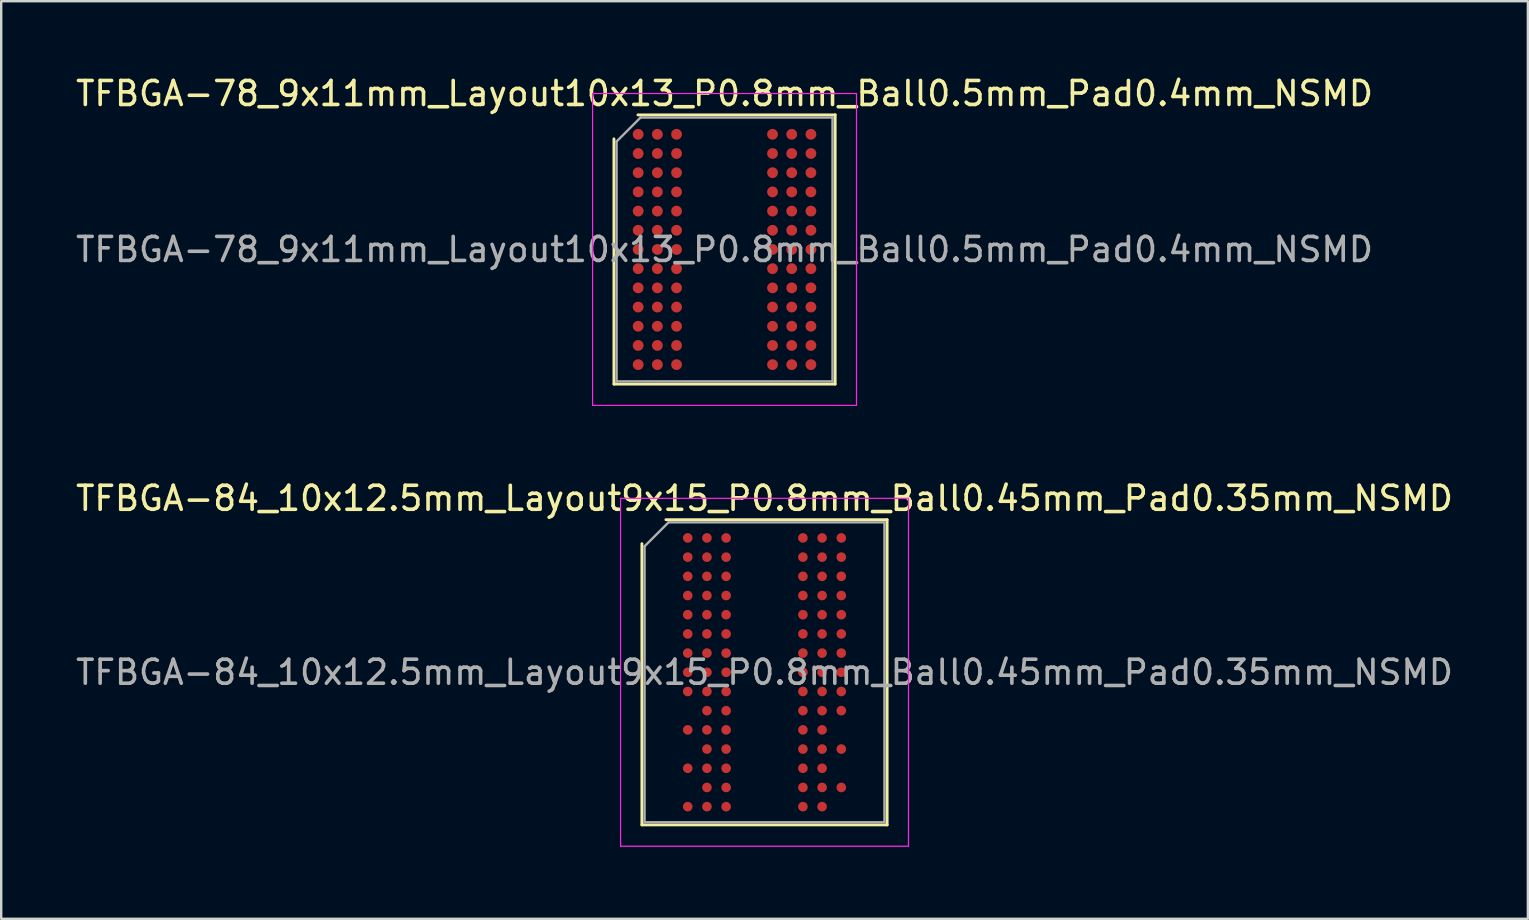
<source format=kicad_pcb>
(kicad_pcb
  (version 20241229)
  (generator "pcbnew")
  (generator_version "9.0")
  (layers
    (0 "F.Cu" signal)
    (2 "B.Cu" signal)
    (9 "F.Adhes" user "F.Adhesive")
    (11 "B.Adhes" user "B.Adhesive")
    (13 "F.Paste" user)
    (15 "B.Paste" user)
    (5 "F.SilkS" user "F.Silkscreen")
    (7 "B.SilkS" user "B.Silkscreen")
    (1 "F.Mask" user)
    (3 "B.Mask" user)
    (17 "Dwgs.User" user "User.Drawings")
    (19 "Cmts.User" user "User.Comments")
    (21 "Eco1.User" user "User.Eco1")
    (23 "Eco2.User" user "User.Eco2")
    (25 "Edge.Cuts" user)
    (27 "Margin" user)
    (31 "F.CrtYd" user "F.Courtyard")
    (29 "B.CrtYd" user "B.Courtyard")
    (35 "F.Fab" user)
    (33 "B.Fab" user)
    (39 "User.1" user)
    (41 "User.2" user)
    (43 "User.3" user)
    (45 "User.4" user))
  (footprint "TFBGA-78_9x11mm_Layout10x13_P0.8mm_Ball0.5mm_Pad0.4mm_NSMD"
    (layer "F.Cu")
    (at 27.149 7.348)
    (property "Reference" "TFBGA-78_9x11mm_Layout10x13_P0.8mm_Ball0.5mm_Pad0.4mm_NSMD" (at 0 -6.5 0) (layer "F.SilkS") (effects (font (size 1 1) (thickness 0.15))))
    (attr smd)
    (fp_line (start -4.61 5.61) (end -4.61 -4.61) (stroke (width 0.12) (type solid)) (layer "F.SilkS"))
    (fp_line (start -3.61 -5.61) (end 4.61 -5.61) (stroke (width 0.12) (type solid)) (layer "F.SilkS"))
    (fp_line (start 4.61 -5.61) (end 4.61 5.61) (stroke (width 0.12) (type solid)) (layer "F.SilkS"))
    (fp_line (start 4.61 5.61) (end -4.61 5.61) (stroke (width 0.12) (type solid)) (layer "F.SilkS"))
    (fp_line (start -5.5 -6.5) (end -5.5 6.5) (stroke (width 0.05) (type solid)) (layer "F.CrtYd"))
    (fp_line (start -5.5 6.5) (end 5.5 6.5) (stroke (width 0.05) (type solid)) (layer "F.CrtYd"))
    (fp_line (start 5.5 -6.5) (end -5.5 -6.5) (stroke (width 0.05) (type solid)) (layer "F.CrtYd"))
    (fp_line (start 5.5 6.5) (end 5.5 -6.5) (stroke (width 0.05) (type solid)) (layer "F.CrtYd"))
    (fp_line (start -4.5 -4.5) (end -3.5 -5.5) (stroke (width 0.1) (type solid)) (layer "F.Fab"))
    (fp_line (start -4.5 5.5) (end -4.5 -4.5) (stroke (width 0.1) (type solid)) (layer "F.Fab"))
    (fp_line (start -3.5 -5.5) (end 4.5 -5.5) (stroke (width 0.1) (type solid)) (layer "F.Fab"))
    (fp_line (start 4.5 -5.5) (end 4.5 5.5) (stroke (width 0.1) (type solid)) (layer "F.Fab"))
    (fp_line (start 4.5 5.5) (end -4.5 5.5) (stroke (width 0.1) (type solid)) (layer "F.Fab"))
    (fp_text user "${REFERENCE}" (at 0 0 0) (layer "F.Fab") (effects (font (size 1 1) (thickness 0.15))))
    (pad "A1" smd circle (at -3.6 -4.8) (size 0.45 0.45) (layers "F.Cu" "F.Mask" "F.Paste"))
    (pad "A2" smd circle (at -2.8 -4.8) (size 0.45 0.45) (layers "F.Cu" "F.Mask" "F.Paste"))
    (pad "A3" smd circle (at -2 -4.8) (size 0.45 0.45) (layers "F.Cu" "F.Mask" "F.Paste"))
    (pad "A8" smd circle (at 2 -4.8) (size 0.45 0.45) (layers "F.Cu" "F.Mask" "F.Paste"))
    (pad "A9" smd circle (at 2.8 -4.8) (size 0.45 0.45) (layers "F.Cu" "F.Mask" "F.Paste"))
    (pad "A10" smd circle (at 3.6 -4.8) (size 0.45 0.45) (layers "F.Cu" "F.Mask" "F.Paste"))
    (pad "B1" smd circle (at -3.6 -4) (size 0.45 0.45) (layers "F.Cu" "F.Mask" "F.Paste"))
    (pad "B2" smd circle (at -2.8 -4) (size 0.45 0.45) (layers "F.Cu" "F.Mask" "F.Paste"))
    (pad "B3" smd circle (at -2 -4) (size 0.45 0.45) (layers "F.Cu" "F.Mask" "F.Paste"))
    (pad "B8" smd circle (at 2 -4) (size 0.45 0.45) (layers "F.Cu" "F.Mask" "F.Paste"))
    (pad "B9" smd circle (at 2.8 -4) (size 0.45 0.45) (layers "F.Cu" "F.Mask" "F.Paste"))
    (pad "B10" smd circle (at 3.6 -4) (size 0.45 0.45) (layers "F.Cu" "F.Mask" "F.Paste"))
    (pad "C1" smd circle (at -3.6 -3.2) (size 0.45 0.45) (layers "F.Cu" "F.Mask" "F.Paste"))
    (pad "C2" smd circle (at -2.8 -3.2) (size 0.45 0.45) (layers "F.Cu" "F.Mask" "F.Paste"))
    (pad "C3" smd circle (at -2 -3.2) (size 0.45 0.45) (layers "F.Cu" "F.Mask" "F.Paste"))
    (pad "C8" smd circle (at 2 -3.2) (size 0.45 0.45) (layers "F.Cu" "F.Mask" "F.Paste"))
    (pad "C9" smd circle (at 2.8 -3.2) (size 0.45 0.45) (layers "F.Cu" "F.Mask" "F.Paste"))
    (pad "C10" smd circle (at 3.6 -3.2) (size 0.45 0.45) (layers "F.Cu" "F.Mask" "F.Paste"))
    (pad "D1" smd circle (at -3.6 -2.4) (size 0.45 0.45) (layers "F.Cu" "F.Mask" "F.Paste"))
    (pad "D2" smd circle (at -2.8 -2.4) (size 0.45 0.45) (layers "F.Cu" "F.Mask" "F.Paste"))
    (pad "D3" smd circle (at -2 -2.4) (size 0.45 0.45) (layers "F.Cu" "F.Mask" "F.Paste"))
    (pad "D8" smd circle (at 2 -2.4) (size 0.45 0.45) (layers "F.Cu" "F.Mask" "F.Paste"))
    (pad "D9" smd circle (at 2.8 -2.4) (size 0.45 0.45) (layers "F.Cu" "F.Mask" "F.Paste"))
    (pad "D10" smd circle (at 3.6 -2.4) (size 0.45 0.45) (layers "F.Cu" "F.Mask" "F.Paste"))
    (pad "E1" smd circle (at -3.6 -1.6) (size 0.45 0.45) (layers "F.Cu" "F.Mask" "F.Paste"))
    (pad "E2" smd circle (at -2.8 -1.6) (size 0.45 0.45) (layers "F.Cu" "F.Mask" "F.Paste"))
    (pad "E3" smd circle (at -2 -1.6) (size 0.45 0.45) (layers "F.Cu" "F.Mask" "F.Paste"))
    (pad "E8" smd circle (at 2 -1.6) (size 0.45 0.45) (layers "F.Cu" "F.Mask" "F.Paste"))
    (pad "E9" smd circle (at 2.8 -1.6) (size 0.45 0.45) (layers "F.Cu" "F.Mask" "F.Paste"))
    (pad "E10" smd circle (at 3.6 -1.6) (size 0.45 0.45) (layers "F.Cu" "F.Mask" "F.Paste"))
    (pad "F1" smd circle (at -3.6 -0.8) (size 0.45 0.45) (layers "F.Cu" "F.Mask" "F.Paste"))
    (pad "F2" smd circle (at -2.8 -0.8) (size 0.45 0.45) (layers "F.Cu" "F.Mask" "F.Paste"))
    (pad "F3" smd circle (at -2 -0.8) (size 0.45 0.45) (layers "F.Cu" "F.Mask" "F.Paste"))
    (pad "F8" smd circle (at 2 -0.8) (size 0.45 0.45) (layers "F.Cu" "F.Mask" "F.Paste"))
    (pad "F9" smd circle (at 2.8 -0.8) (size 0.45 0.45) (layers "F.Cu" "F.Mask" "F.Paste"))
    (pad "F10" smd circle (at 3.6 -0.8) (size 0.45 0.45) (layers "F.Cu" "F.Mask" "F.Paste"))
    (pad "G1" smd circle (at -3.6 0) (size 0.45 0.45) (layers "F.Cu" "F.Mask" "F.Paste"))
    (pad "G2" smd circle (at -2.8 0) (size 0.45 0.45) (layers "F.Cu" "F.Mask" "F.Paste"))
    (pad "G3" smd circle (at -2 0) (size 0.45 0.45) (layers "F.Cu" "F.Mask" "F.Paste"))
    (pad "G8" smd circle (at 2 0) (size 0.45 0.45) (layers "F.Cu" "F.Mask" "F.Paste"))
    (pad "G9" smd circle (at 2.8 0) (size 0.45 0.45) (layers "F.Cu" "F.Mask" "F.Paste"))
    (pad "G10" smd circle (at 3.6 0) (size 0.45 0.45) (layers "F.Cu" "F.Mask" "F.Paste"))
    (pad "H1" smd circle (at -3.6 0.8) (size 0.45 0.45) (layers "F.Cu" "F.Mask" "F.Paste"))
    (pad "H2" smd circle (at -2.8 0.8) (size 0.45 0.45) (layers "F.Cu" "F.Mask" "F.Paste"))
    (pad "H3" smd circle (at -2 0.8) (size 0.45 0.45) (layers "F.Cu" "F.Mask" "F.Paste"))
    (pad "H8" smd circle (at 2 0.8) (size 0.45 0.45) (layers "F.Cu" "F.Mask" "F.Paste"))
    (pad "H9" smd circle (at 2.8 0.8) (size 0.45 0.45) (layers "F.Cu" "F.Mask" "F.Paste"))
    (pad "H10" smd circle (at 3.6 0.8) (size 0.45 0.45) (layers "F.Cu" "F.Mask" "F.Paste"))
    (pad "J1" smd circle (at -3.6 1.6) (size 0.45 0.45) (layers "F.Cu" "F.Mask" "F.Paste"))
    (pad "J2" smd circle (at -2.8 1.6) (size 0.45 0.45) (layers "F.Cu" "F.Mask" "F.Paste"))
    (pad "J3" smd circle (at -2 1.6) (size 0.45 0.45) (layers "F.Cu" "F.Mask" "F.Paste"))
    (pad "J8" smd circle (at 2 1.6) (size 0.45 0.45) (layers "F.Cu" "F.Mask" "F.Paste"))
    (pad "J9" smd circle (at 2.8 1.6) (size 0.45 0.45) (layers "F.Cu" "F.Mask" "F.Paste"))
    (pad "J10" smd circle (at 3.6 1.6) (size 0.45 0.45) (layers "F.Cu" "F.Mask" "F.Paste"))
    (pad "K1" smd circle (at -3.6 2.4) (size 0.45 0.45) (layers "F.Cu" "F.Mask" "F.Paste"))
    (pad "K2" smd circle (at -2.8 2.4) (size 0.45 0.45) (layers "F.Cu" "F.Mask" "F.Paste"))
    (pad "K3" smd circle (at -2 2.4) (size 0.45 0.45) (layers "F.Cu" "F.Mask" "F.Paste"))
    (pad "K8" smd circle (at 2 2.4) (size 0.45 0.45) (layers "F.Cu" "F.Mask" "F.Paste"))
    (pad "K9" smd circle (at 2.8 2.4) (size 0.45 0.45) (layers "F.Cu" "F.Mask" "F.Paste"))
    (pad "K10" smd circle (at 3.6 2.4) (size 0.45 0.45) (layers "F.Cu" "F.Mask" "F.Paste"))
    (pad "L1" smd circle (at -3.6 3.2) (size 0.45 0.45) (layers "F.Cu" "F.Mask" "F.Paste"))
    (pad "L2" smd circle (at -2.8 3.2) (size 0.45 0.45) (layers "F.Cu" "F.Mask" "F.Paste"))
    (pad "L3" smd circle (at -2 3.2) (size 0.45 0.45) (layers "F.Cu" "F.Mask" "F.Paste"))
    (pad "L8" smd circle (at 2 3.2) (size 0.45 0.45) (layers "F.Cu" "F.Mask" "F.Paste"))
    (pad "L9" smd circle (at 2.8 3.2) (size 0.45 0.45) (layers "F.Cu" "F.Mask" "F.Paste"))
    (pad "L10" smd circle (at 3.6 3.2) (size 0.45 0.45) (layers "F.Cu" "F.Mask" "F.Paste"))
    (pad "M1" smd circle (at -3.6 4) (size 0.45 0.45) (layers "F.Cu" "F.Mask" "F.Paste"))
    (pad "M2" smd circle (at -2.8 4) (size 0.45 0.45) (layers "F.Cu" "F.Mask" "F.Paste"))
    (pad "M3" smd circle (at -2 4) (size 0.45 0.45) (layers "F.Cu" "F.Mask" "F.Paste"))
    (pad "M8" smd circle (at 2 4) (size 0.45 0.45) (layers "F.Cu" "F.Mask" "F.Paste"))
    (pad "M9" smd circle (at 2.8 4) (size 0.45 0.45) (layers "F.Cu" "F.Mask" "F.Paste"))
    (pad "M10" smd circle (at 3.6 4) (size 0.45 0.45) (layers "F.Cu" "F.Mask" "F.Paste"))
    (pad "N1" smd circle (at -3.6 4.8) (size 0.45 0.45) (layers "F.Cu" "F.Mask" "F.Paste"))
    (pad "N2" smd circle (at -2.8 4.8) (size 0.45 0.45) (layers "F.Cu" "F.Mask" "F.Paste"))
    (pad "N3" smd circle (at -2 4.8) (size 0.45 0.45) (layers "F.Cu" "F.Mask" "F.Paste"))
    (pad "N8" smd circle (at 2 4.8) (size 0.45 0.45) (layers "F.Cu" "F.Mask" "F.Paste"))
    (pad "N9" smd circle (at 2.8 4.8) (size 0.45 0.45) (layers "F.Cu" "F.Mask" "F.Paste"))
    (pad "N10" smd circle (at 3.6 4.8) (size 0.45 0.45) (layers "F.Cu" "F.Mask" "F.Paste")))
  (footprint "TFBGA-84_10x12.5mm_Layout9x15_P0.8mm_Ball0.45mm_Pad0.35mm_NSMD"
    (layer "F.Cu")
    (at 28.815 24.971)
    (property "Reference" "TFBGA-84_10x12.5mm_Layout9x15_P0.8mm_Ball0.45mm_Pad0.35mm_NSMD" (at 0 -7.25 0) (layer "F.SilkS") (effects (font (size 1 1) (thickness 0.15))))
    (attr smd)
    (fp_line (start -5.11 6.36) (end -5.11 -5.36) (stroke (width 0.12) (type solid)) (layer "F.SilkS"))
    (fp_line (start -4.11 -6.36) (end 5.11 -6.36) (stroke (width 0.12) (type solid)) (layer "F.SilkS"))
    (fp_line (start 5.11 -6.36) (end 5.11 6.36) (stroke (width 0.12) (type solid)) (layer "F.SilkS"))
    (fp_line (start 5.11 6.36) (end -5.11 6.36) (stroke (width 0.12) (type solid)) (layer "F.SilkS"))
    (fp_line (start -6 -7.25) (end -6 7.25) (stroke (width 0.05) (type solid)) (layer "F.CrtYd"))
    (fp_line (start -6 7.25) (end 6 7.25) (stroke (width 0.05) (type solid)) (layer "F.CrtYd"))
    (fp_line (start 6 -7.25) (end -6 -7.25) (stroke (width 0.05) (type solid)) (layer "F.CrtYd"))
    (fp_line (start 6 7.25) (end 6 -7.25) (stroke (width 0.05) (type solid)) (layer "F.CrtYd"))
    (fp_line (start -5 -5.25) (end -4 -6.25) (stroke (width 0.1) (type solid)) (layer "F.Fab"))
    (fp_line (start -5 6.25) (end -5 -5.25) (stroke (width 0.1) (type solid)) (layer "F.Fab"))
    (fp_line (start -4 -6.25) (end 5 -6.25) (stroke (width 0.1) (type solid)) (layer "F.Fab"))
    (fp_line (start 5 -6.25) (end 5 6.25) (stroke (width 0.1) (type solid)) (layer "F.Fab"))
    (fp_line (start 5 6.25) (end -5 6.25) (stroke (width 0.1) (type solid)) (layer "F.Fab"))
    (fp_text user "${REFERENCE}" (at 0 0 0) (layer "F.Fab") (effects (font (size 1 1) (thickness 0.15))))
    (pad "A1" smd circle (at -3.2 -5.6) (size 0.4 0.4) (layers "F.Cu" "F.Mask" "F.Paste"))
    (pad "A2" smd circle (at -2.4 -5.6) (size 0.4 0.4) (layers "F.Cu" "F.Mask" "F.Paste"))
    (pad "A3" smd circle (at -1.6 -5.6) (size 0.4 0.4) (layers "F.Cu" "F.Mask" "F.Paste"))
    (pad "A7" smd circle (at 1.6 -5.6) (size 0.4 0.4) (layers "F.Cu" "F.Mask" "F.Paste"))
    (pad "A8" smd circle (at 2.4 -5.6) (size 0.4 0.4) (layers "F.Cu" "F.Mask" "F.Paste"))
    (pad "A9" smd circle (at 3.2 -5.6) (size 0.4 0.4) (layers "F.Cu" "F.Mask" "F.Paste"))
    (pad "B1" smd circle (at -3.2 -4.8) (size 0.4 0.4) (layers "F.Cu" "F.Mask" "F.Paste"))
    (pad "B2" smd circle (at -2.4 -4.8) (size 0.4 0.4) (layers "F.Cu" "F.Mask" "F.Paste"))
    (pad "B3" smd circle (at -1.6 -4.8) (size 0.4 0.4) (layers "F.Cu" "F.Mask" "F.Paste"))
    (pad "B7" smd circle (at 1.6 -4.8) (size 0.4 0.4) (layers "F.Cu" "F.Mask" "F.Paste"))
    (pad "B8" smd circle (at 2.4 -4.8) (size 0.4 0.4) (layers "F.Cu" "F.Mask" "F.Paste"))
    (pad "B9" smd circle (at 3.2 -4.8) (size 0.4 0.4) (layers "F.Cu" "F.Mask" "F.Paste"))
    (pad "C1" smd circle (at -3.2 -4) (size 0.4 0.4) (layers "F.Cu" "F.Mask" "F.Paste"))
    (pad "C2" smd circle (at -2.4 -4) (size 0.4 0.4) (layers "F.Cu" "F.Mask" "F.Paste"))
    (pad "C3" smd circle (at -1.6 -4) (size 0.4 0.4) (layers "F.Cu" "F.Mask" "F.Paste"))
    (pad "C7" smd circle (at 1.6 -4) (size 0.4 0.4) (layers "F.Cu" "F.Mask" "F.Paste"))
    (pad "C8" smd circle (at 2.4 -4) (size 0.4 0.4) (layers "F.Cu" "F.Mask" "F.Paste"))
    (pad "C9" smd circle (at 3.2 -4) (size 0.4 0.4) (layers "F.Cu" "F.Mask" "F.Paste"))
    (pad "D1" smd circle (at -3.2 -3.2) (size 0.4 0.4) (layers "F.Cu" "F.Mask" "F.Paste"))
    (pad "D2" smd circle (at -2.4 -3.2) (size 0.4 0.4) (layers "F.Cu" "F.Mask" "F.Paste"))
    (pad "D3" smd circle (at -1.6 -3.2) (size 0.4 0.4) (layers "F.Cu" "F.Mask" "F.Paste"))
    (pad "D7" smd circle (at 1.6 -3.2) (size 0.4 0.4) (layers "F.Cu" "F.Mask" "F.Paste"))
    (pad "D8" smd circle (at 2.4 -3.2) (size 0.4 0.4) (layers "F.Cu" "F.Mask" "F.Paste"))
    (pad "D9" smd circle (at 3.2 -3.2) (size 0.4 0.4) (layers "F.Cu" "F.Mask" "F.Paste"))
    (pad "E1" smd circle (at -3.2 -2.4) (size 0.4 0.4) (layers "F.Cu" "F.Mask" "F.Paste"))
    (pad "E2" smd circle (at -2.4 -2.4) (size 0.4 0.4) (layers "F.Cu" "F.Mask" "F.Paste"))
    (pad "E3" smd circle (at -1.6 -2.4) (size 0.4 0.4) (layers "F.Cu" "F.Mask" "F.Paste"))
    (pad "E7" smd circle (at 1.6 -2.4) (size 0.4 0.4) (layers "F.Cu" "F.Mask" "F.Paste"))
    (pad "E8" smd circle (at 2.4 -2.4) (size 0.4 0.4) (layers "F.Cu" "F.Mask" "F.Paste"))
    (pad "E9" smd circle (at 3.2 -2.4) (size 0.4 0.4) (layers "F.Cu" "F.Mask" "F.Paste"))
    (pad "F1" smd circle (at -3.2 -1.6) (size 0.4 0.4) (layers "F.Cu" "F.Mask" "F.Paste"))
    (pad "F2" smd circle (at -2.4 -1.6) (size 0.4 0.4) (layers "F.Cu" "F.Mask" "F.Paste"))
    (pad "F3" smd circle (at -1.6 -1.6) (size 0.4 0.4) (layers "F.Cu" "F.Mask" "F.Paste"))
    (pad "F7" smd circle (at 1.6 -1.6) (size 0.4 0.4) (layers "F.Cu" "F.Mask" "F.Paste"))
    (pad "F8" smd circle (at 2.4 -1.6) (size 0.4 0.4) (layers "F.Cu" "F.Mask" "F.Paste"))
    (pad "F9" smd circle (at 3.2 -1.6) (size 0.4 0.4) (layers "F.Cu" "F.Mask" "F.Paste"))
    (pad "G1" smd circle (at -3.2 -0.8) (size 0.4 0.4) (layers "F.Cu" "F.Mask" "F.Paste"))
    (pad "G2" smd circle (at -2.4 -0.8) (size 0.4 0.4) (layers "F.Cu" "F.Mask" "F.Paste"))
    (pad "G3" smd circle (at -1.6 -0.8) (size 0.4 0.4) (layers "F.Cu" "F.Mask" "F.Paste"))
    (pad "G7" smd circle (at 1.6 -0.8) (size 0.4 0.4) (layers "F.Cu" "F.Mask" "F.Paste"))
    (pad "G8" smd circle (at 2.4 -0.8) (size 0.4 0.4) (layers "F.Cu" "F.Mask" "F.Paste"))
    (pad "G9" smd circle (at 3.2 -0.8) (size 0.4 0.4) (layers "F.Cu" "F.Mask" "F.Paste"))
    (pad "H1" smd circle (at -3.2 0) (size 0.4 0.4) (layers "F.Cu" "F.Mask" "F.Paste"))
    (pad "H2" smd circle (at -2.4 0) (size 0.4 0.4) (layers "F.Cu" "F.Mask" "F.Paste"))
    (pad "H3" smd circle (at -1.6 0) (size 0.4 0.4) (layers "F.Cu" "F.Mask" "F.Paste"))
    (pad "H7" smd circle (at 1.6 0) (size 0.4 0.4) (layers "F.Cu" "F.Mask" "F.Paste"))
    (pad "H8" smd circle (at 2.4 0) (size 0.4 0.4) (layers "F.Cu" "F.Mask" "F.Paste"))
    (pad "H9" smd circle (at 3.2 0) (size 0.4 0.4) (layers "F.Cu" "F.Mask" "F.Paste"))
    (pad "J1" smd circle (at -3.2 0.8) (size 0.4 0.4) (layers "F.Cu" "F.Mask" "F.Paste"))
    (pad "J2" smd circle (at -2.4 0.8) (size 0.4 0.4) (layers "F.Cu" "F.Mask" "F.Paste"))
    (pad "J3" smd circle (at -1.6 0.8) (size 0.4 0.4) (layers "F.Cu" "F.Mask" "F.Paste"))
    (pad "J7" smd circle (at 1.6 0.8) (size 0.4 0.4) (layers "F.Cu" "F.Mask" "F.Paste"))
    (pad "J8" smd circle (at 2.4 0.8) (size 0.4 0.4) (layers "F.Cu" "F.Mask" "F.Paste"))
    (pad "J9" smd circle (at 3.2 0.8) (size 0.4 0.4) (layers "F.Cu" "F.Mask" "F.Paste"))
    (pad "K2" smd circle (at -2.4 1.6) (size 0.4 0.4) (layers "F.Cu" "F.Mask" "F.Paste"))
    (pad "K3" smd circle (at -1.6 1.6) (size 0.4 0.4) (layers "F.Cu" "F.Mask" "F.Paste"))
    (pad "K7" smd circle (at 1.6 1.6) (size 0.4 0.4) (layers "F.Cu" "F.Mask" "F.Paste"))
    (pad "K8" smd circle (at 2.4 1.6) (size 0.4 0.4) (layers "F.Cu" "F.Mask" "F.Paste"))
    (pad "K9" smd circle (at 3.2 1.6) (size 0.4 0.4) (layers "F.Cu" "F.Mask" "F.Paste"))
    (pad "L1" smd circle (at -3.2 2.4) (size 0.4 0.4) (layers "F.Cu" "F.Mask" "F.Paste"))
    (pad "L2" smd circle (at -2.4 2.4) (size 0.4 0.4) (layers "F.Cu" "F.Mask" "F.Paste"))
    (pad "L3" smd circle (at -1.6 2.4) (size 0.4 0.4) (layers "F.Cu" "F.Mask" "F.Paste"))
    (pad "L7" smd circle (at 1.6 2.4) (size 0.4 0.4) (layers "F.Cu" "F.Mask" "F.Paste"))
    (pad "L8" smd circle (at 2.4 2.4) (size 0.4 0.4) (layers "F.Cu" "F.Mask" "F.Paste"))
    (pad "M2" smd circle (at -2.4 3.2) (size 0.4 0.4) (layers "F.Cu" "F.Mask" "F.Paste"))
    (pad "M3" smd circle (at -1.6 3.2) (size 0.4 0.4) (layers "F.Cu" "F.Mask" "F.Paste"))
    (pad "M7" smd circle (at 1.6 3.2) (size 0.4 0.4) (layers "F.Cu" "F.Mask" "F.Paste"))
    (pad "M8" smd circle (at 2.4 3.2) (size 0.4 0.4) (layers "F.Cu" "F.Mask" "F.Paste"))
    (pad "M9" smd circle (at 3.2 3.2) (size 0.4 0.4) (layers "F.Cu" "F.Mask" "F.Paste"))
    (pad "N1" smd circle (at -3.2 4) (size 0.4 0.4) (layers "F.Cu" "F.Mask" "F.Paste"))
    (pad "N2" smd circle (at -2.4 4) (size 0.4 0.4) (layers "F.Cu" "F.Mask" "F.Paste"))
    (pad "N3" smd circle (at -1.6 4) (size 0.4 0.4) (layers "F.Cu" "F.Mask" "F.Paste"))
    (pad "N7" smd circle (at 1.6 4) (size 0.4 0.4) (layers "F.Cu" "F.Mask" "F.Paste"))
    (pad "N8" smd circle (at 2.4 4) (size 0.4 0.4) (layers "F.Cu" "F.Mask" "F.Paste"))
    (pad "P2" smd circle (at -2.4 4.8) (size 0.4 0.4) (layers "F.Cu" "F.Mask" "F.Paste"))
    (pad "P3" smd circle (at -1.6 4.8) (size 0.4 0.4) (layers "F.Cu" "F.Mask" "F.Paste"))
    (pad "P7" smd circle (at 1.6 4.8) (size 0.4 0.4) (layers "F.Cu" "F.Mask" "F.Paste"))
    (pad "P8" smd circle (at 2.4 4.8) (size 0.4 0.4) (layers "F.Cu" "F.Mask" "F.Paste"))
    (pad "P9" smd circle (at 3.2 4.8) (size 0.4 0.4) (layers "F.Cu" "F.Mask" "F.Paste"))
    (pad "R1" smd circle (at -3.2 5.6) (size 0.4 0.4) (layers "F.Cu" "F.Mask" "F.Paste"))
    (pad "R2" smd circle (at -2.4 5.6) (size 0.4 0.4) (layers "F.Cu" "F.Mask" "F.Paste"))
    (pad "R3" smd circle (at -1.6 5.6) (size 0.4 0.4) (layers "F.Cu" "F.Mask" "F.Paste"))
    (pad "R7" smd circle (at 1.6 5.6) (size 0.4 0.4) (layers "F.Cu" "F.Mask" "F.Paste"))
    (pad "R8" smd circle (at 2.4 5.6) (size 0.4 0.4) (layers "F.Cu" "F.Mask" "F.Paste")))
  (gr_rect
    (start -3 -3)
    (end 60.631 35.246)
    (stroke (width 0.1) (type default))
    (fill no)
    (layer "Edge.Cuts")))
</source>
